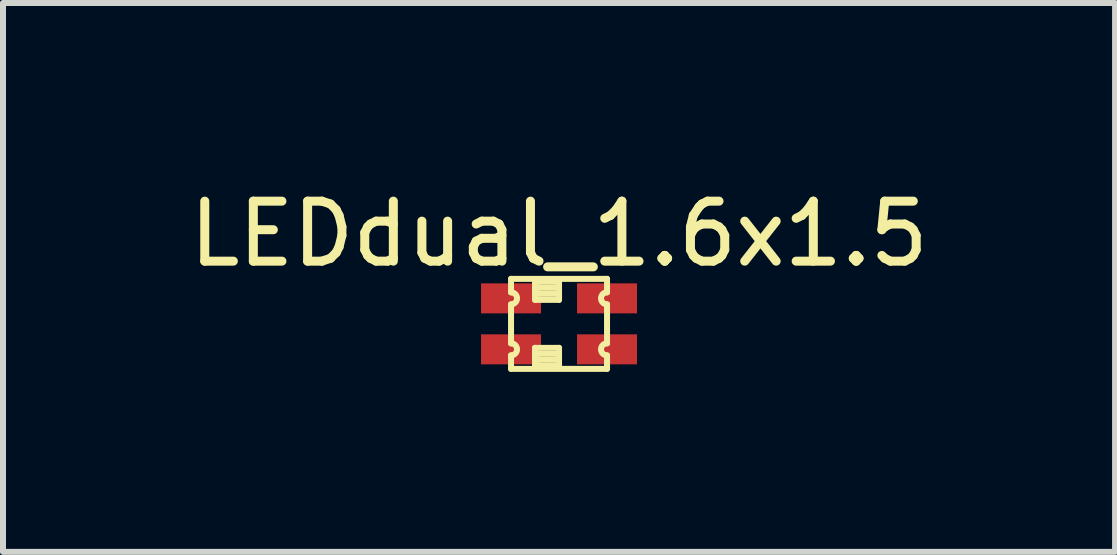
<source format=kicad_pcb>
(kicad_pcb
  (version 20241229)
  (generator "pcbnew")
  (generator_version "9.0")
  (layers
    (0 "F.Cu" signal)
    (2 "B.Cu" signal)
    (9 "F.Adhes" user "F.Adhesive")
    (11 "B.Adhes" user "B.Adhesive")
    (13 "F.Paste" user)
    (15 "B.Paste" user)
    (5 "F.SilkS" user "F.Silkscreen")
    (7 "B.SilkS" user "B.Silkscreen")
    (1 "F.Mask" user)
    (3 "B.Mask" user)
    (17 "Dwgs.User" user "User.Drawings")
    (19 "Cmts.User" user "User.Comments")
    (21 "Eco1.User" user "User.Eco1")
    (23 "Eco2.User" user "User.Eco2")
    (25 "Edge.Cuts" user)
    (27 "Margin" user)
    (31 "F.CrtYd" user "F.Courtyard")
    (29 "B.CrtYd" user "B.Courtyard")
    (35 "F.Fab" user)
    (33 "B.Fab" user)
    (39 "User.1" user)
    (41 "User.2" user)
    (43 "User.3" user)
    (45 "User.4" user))
  (footprint "LEDdual_1.6x1.5"
    (layer "F.Cu")
    (at 6.268 2.348)
    (property "Reference" "LEDdual_1.6x1.5" (at 0 -1.5 0) (layer "F.SilkS") (effects (font (size 1 1) (thickness 0.15))))
    (attr through_hole)
    (fp_line (start -0.8 -0.75) (end -0.8 -0.525) (stroke (width 0.1) (type solid)) (layer "F.SilkS"))
    (fp_line (start -0.8 -0.325) (end -0.8 0.325) (stroke (width 0.1) (type solid)) (layer "F.SilkS"))
    (fp_line (start -0.8 0.525) (end -0.8 0.75) (stroke (width 0.1) (type solid)) (layer "F.SilkS"))
    (fp_line (start -0.8 0.75) (end 0.8 0.75) (stroke (width 0.1) (type solid)) (layer "F.SilkS"))
    (fp_line (start -0.4 -0.7) (end -0.4 -0.4) (stroke (width 0.1) (type solid)) (layer "F.SilkS"))
    (fp_line (start -0.4 -0.6) (end 0 -0.6) (stroke (width 0.1) (type solid)) (layer "F.SilkS"))
    (fp_line (start -0.4 -0.4) (end 0 -0.4) (stroke (width 0.1) (type solid)) (layer "F.SilkS"))
    (fp_line (start -0.4 0.4) (end 0 0.4) (stroke (width 0.1) (type solid)) (layer "F.SilkS"))
    (fp_line (start -0.4 0.5) (end 0 0.5) (stroke (width 0.1) (type solid)) (layer "F.SilkS"))
    (fp_line (start -0.4 0.7) (end -0.4 0.4) (stroke (width 0.1) (type solid)) (layer "F.SilkS"))
    (fp_line (start -0.4 0.7) (end 0 0.7) (stroke (width 0.1) (type solid)) (layer "F.SilkS"))
    (fp_line (start 0 -0.7) (end -0.4 -0.7) (stroke (width 0.1) (type solid)) (layer "F.SilkS"))
    (fp_line (start 0 -0.5) (end -0.4 -0.5) (stroke (width 0.1) (type solid)) (layer "F.SilkS"))
    (fp_line (start 0 -0.4) (end 0 -0.7) (stroke (width 0.1) (type solid)) (layer "F.SilkS"))
    (fp_line (start 0 0.4) (end 0 0.7) (stroke (width 0.1) (type solid)) (layer "F.SilkS"))
    (fp_line (start 0 0.6) (end -0.4 0.6) (stroke (width 0.1) (type solid)) (layer "F.SilkS"))
    (fp_line (start 0.8 -0.75) (end -0.8 -0.75) (stroke (width 0.1) (type solid)) (layer "F.SilkS"))
    (fp_line (start 0.8 -0.75) (end 0.8 -0.525) (stroke (width 0.1) (type solid)) (layer "F.SilkS"))
    (fp_line (start 0.8 -0.325) (end 0.8 0.325) (stroke (width 0.1) (type solid)) (layer "F.SilkS"))
    (fp_line (start 0.8 0.525) (end 0.8 0.75) (stroke (width 0.1) (type solid)) (layer "F.SilkS"))
    (fp_arc (start -0.8 -0.525) (mid -0.7 -0.425) (end -0.8 -0.325) (stroke (width 0.1) (type solid)) (layer "F.SilkS"))
    (fp_arc (start -0.8 0.325) (mid -0.7 0.425) (end -0.8 0.525) (stroke (width 0.1) (type solid)) (layer "F.SilkS"))
    (fp_arc (start 0.8 -0.325) (mid 0.7 -0.425) (end 0.8 -0.525) (stroke (width 0.1) (type solid)) (layer "F.SilkS"))
    (fp_arc (start 0.8 0.525) (mid 0.7 0.425) (end 0.8 0.325) (stroke (width 0.1) (type solid)) (layer "F.SilkS"))
    (pad "1" smd rect (at 0.8 -0.425) (size 1 0.5) (layers "F.Cu" "F.Mask" "F.Paste"))
    (pad "2" smd rect (at -0.8 -0.425) (size 1 0.5) (layers "F.Cu" "F.Mask" "F.Paste"))
    (pad "3" smd rect (at 0.8 0.425) (size 1 0.5) (layers "F.Cu" "F.Mask" "F.Paste"))
    (pad "4" smd rect (at -0.8 0.425) (size 1 0.5) (layers "F.Cu" "F.Mask" "F.Paste")))
  (gr_rect
    (start -3 -3)
    (end 15.536 6.148)
    (stroke (width 0.1) (type default))
    (fill no)
    (layer "Edge.Cuts")))
</source>
